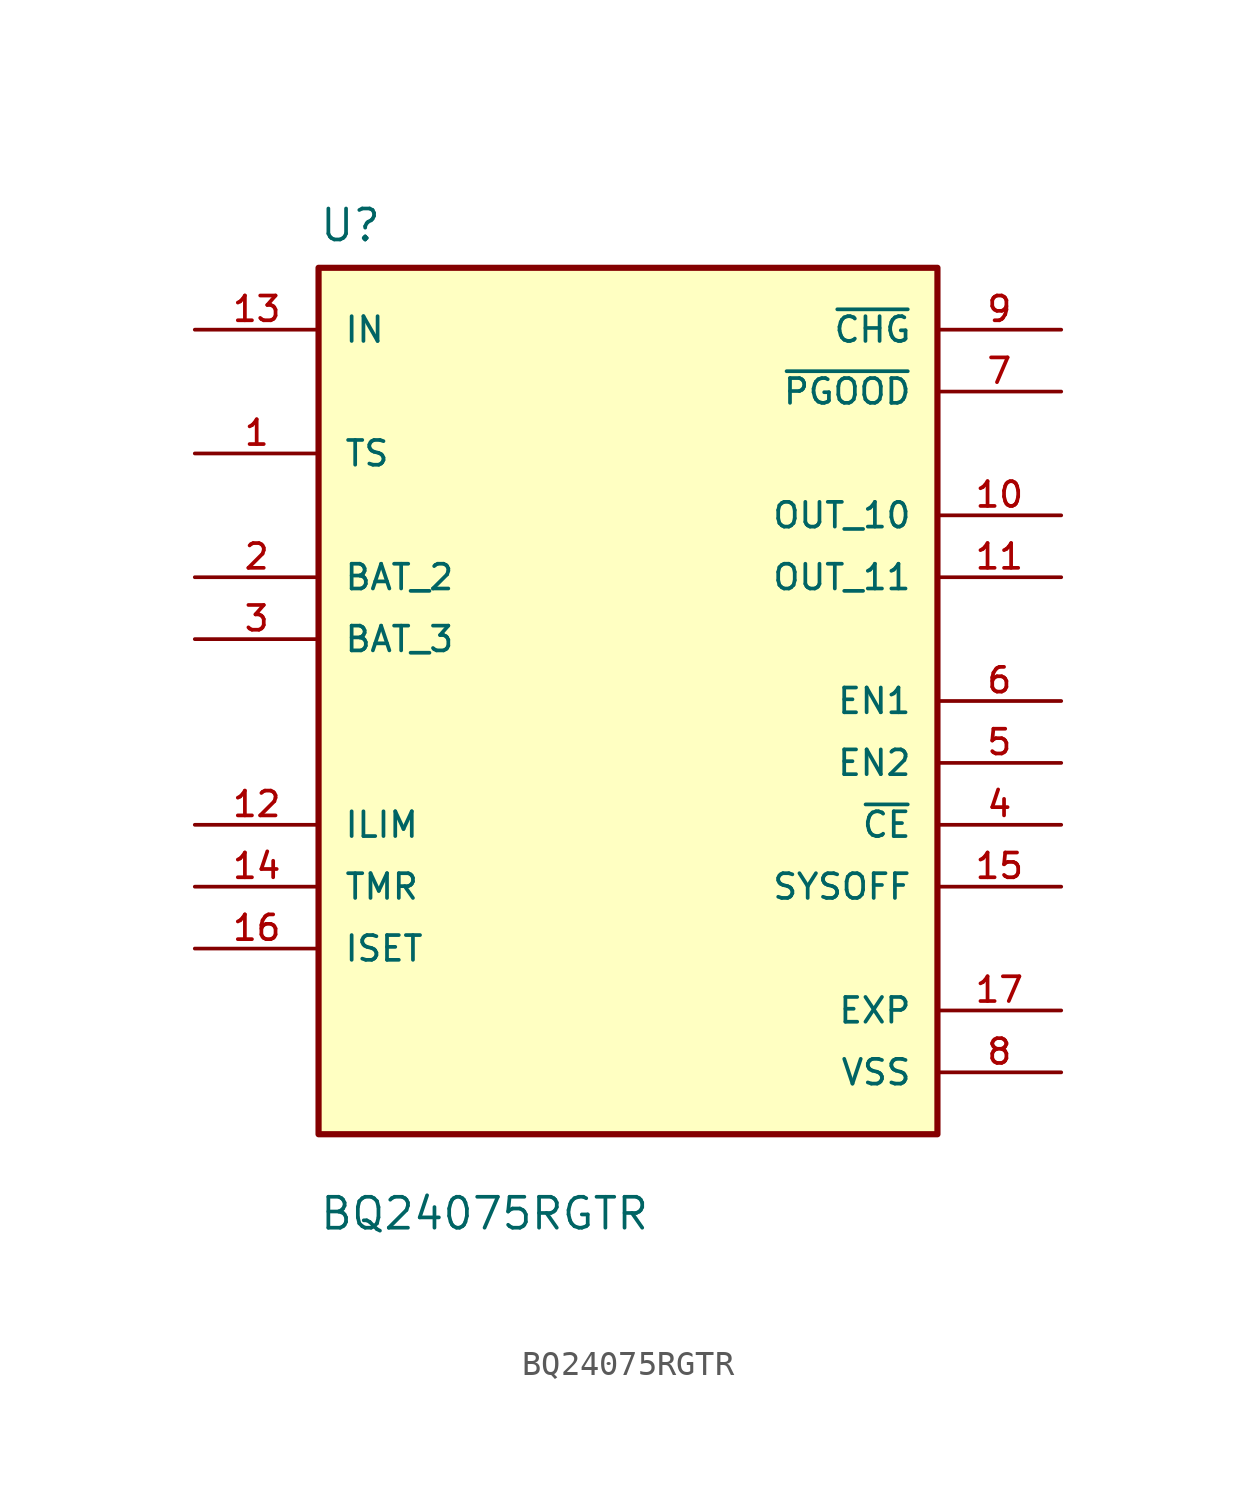
<source format=kicad_sym>
(kicad_symbol_lib
  (version 20211014)
  (generator kicad_symbol_editor)
  (symbol "BQ24075RGTR"
    (pin_names
      (offset 1.016))
    (property "Reference" "U"
      (at -12.7 18.78 0.0)
      (effects (font (size 1.27 1.27)) (justify bottom left)))
    (property "Value" "BQ24075RGTR"
      (at -12.7 -21.78 0.0)
      (effects (font (size 1.27 1.27)) (justify bottom left)))
    (symbol "BQ24075RGTR_0_0"
      (rectangle (start -12.7 -17.78) (end 12.7 17.78) (stroke (width 0.254)) (fill (type background)))
      (pin input line (at 17.78 -5.08 180.0) (length 5.08) (name "~{CE}" (effects (font (size 1.016 1.016)))) (number "4" (effects (font (size 1.016 1.016)))))
      (pin input line (at 17.78 0.0 180.0) (length 5.08) (name "EN1" (effects (font (size 1.016 1.016)))) (number "6" (effects (font (size 1.016 1.016)))))
      (pin input line (at 17.78 -2.54 180.0) (length 5.08) (name "EN2" (effects (font (size 1.016 1.016)))) (number "5" (effects (font (size 1.016 1.016)))))
      (pin input line (at -17.78 15.24 0) (length 5.08) (name "IN" (effects (font (size 1.016 1.016)))) (number "13" (effects (font (size 1.016 1.016)))))
      (pin input line (at 17.78 -7.62 180.0) (length 5.08) (name "SYSOFF" (effects (font (size 1.016 1.016)))) (number "15" (effects (font (size 1.016 1.016)))))
      (pin bidirectional line (at -17.78 5.08 0) (length 5.08) (name "BAT_2" (effects (font (size 1.016 1.016)))) (number "2" (effects (font (size 1.016 1.016)))))
      (pin bidirectional line (at -17.78 2.54 0) (length 5.08) (name "BAT_3" (effects (font (size 1.016 1.016)))) (number "3" (effects (font (size 1.016 1.016)))))
      (pin input line (at -17.78 -5.08 0) (length 5.08) (name "ILIM" (effects (font (size 1.016 1.016)))) (number "12" (effects (font (size 1.016 1.016)))))
      (pin bidirectional line (at -17.78 -10.16 0) (length 5.08) (name "ISET" (effects (font (size 1.016 1.016)))) (number "16" (effects (font (size 1.016 1.016)))))
      (pin output line (at 17.78 15.24 180.0) (length 5.08) (name "~{CHG}" (effects (font (size 1.016 1.016)))) (number "9" (effects (font (size 1.016 1.016)))))
      (pin output line (at 17.78 7.62 180.0) (length 5.08) (name "OUT_10" (effects (font (size 1.016 1.016)))) (number "10" (effects (font (size 1.016 1.016)))))
      (pin output line (at 17.78 5.08 180.0) (length 5.08) (name "OUT_11" (effects (font (size 1.016 1.016)))) (number "11" (effects (font (size 1.016 1.016)))))
      (pin output line (at 17.78 12.7 180.0) (length 5.08) (name "~{PGOOD}" (effects (font (size 1.016 1.016)))) (number "7" (effects (font (size 1.016 1.016)))))
      (pin power_in line (at 17.78 -15.24 180.0) (length 5.08) (name "VSS" (effects (font (size 1.016 1.016)))) (number "8" (effects (font (size 1.016 1.016)))))
      (pin input line (at -17.78 10.16 0) (length 5.08) (name "TS" (effects (font (size 1.016 1.016)))) (number "1" (effects (font (size 1.016 1.016)))))
      (pin input line (at -17.78 -7.62 0) (length 5.08) (name "TMR" (effects (font (size 1.016 1.016)))) (number "14" (effects (font (size 1.016 1.016)))))
      (pin power_in line (at 17.78 -12.7 180.0) (length 5.08) (name "EXP" (effects (font (size 1.016 1.016)))) (number "17" (effects (font (size 1.016 1.016))))))))
</source>
